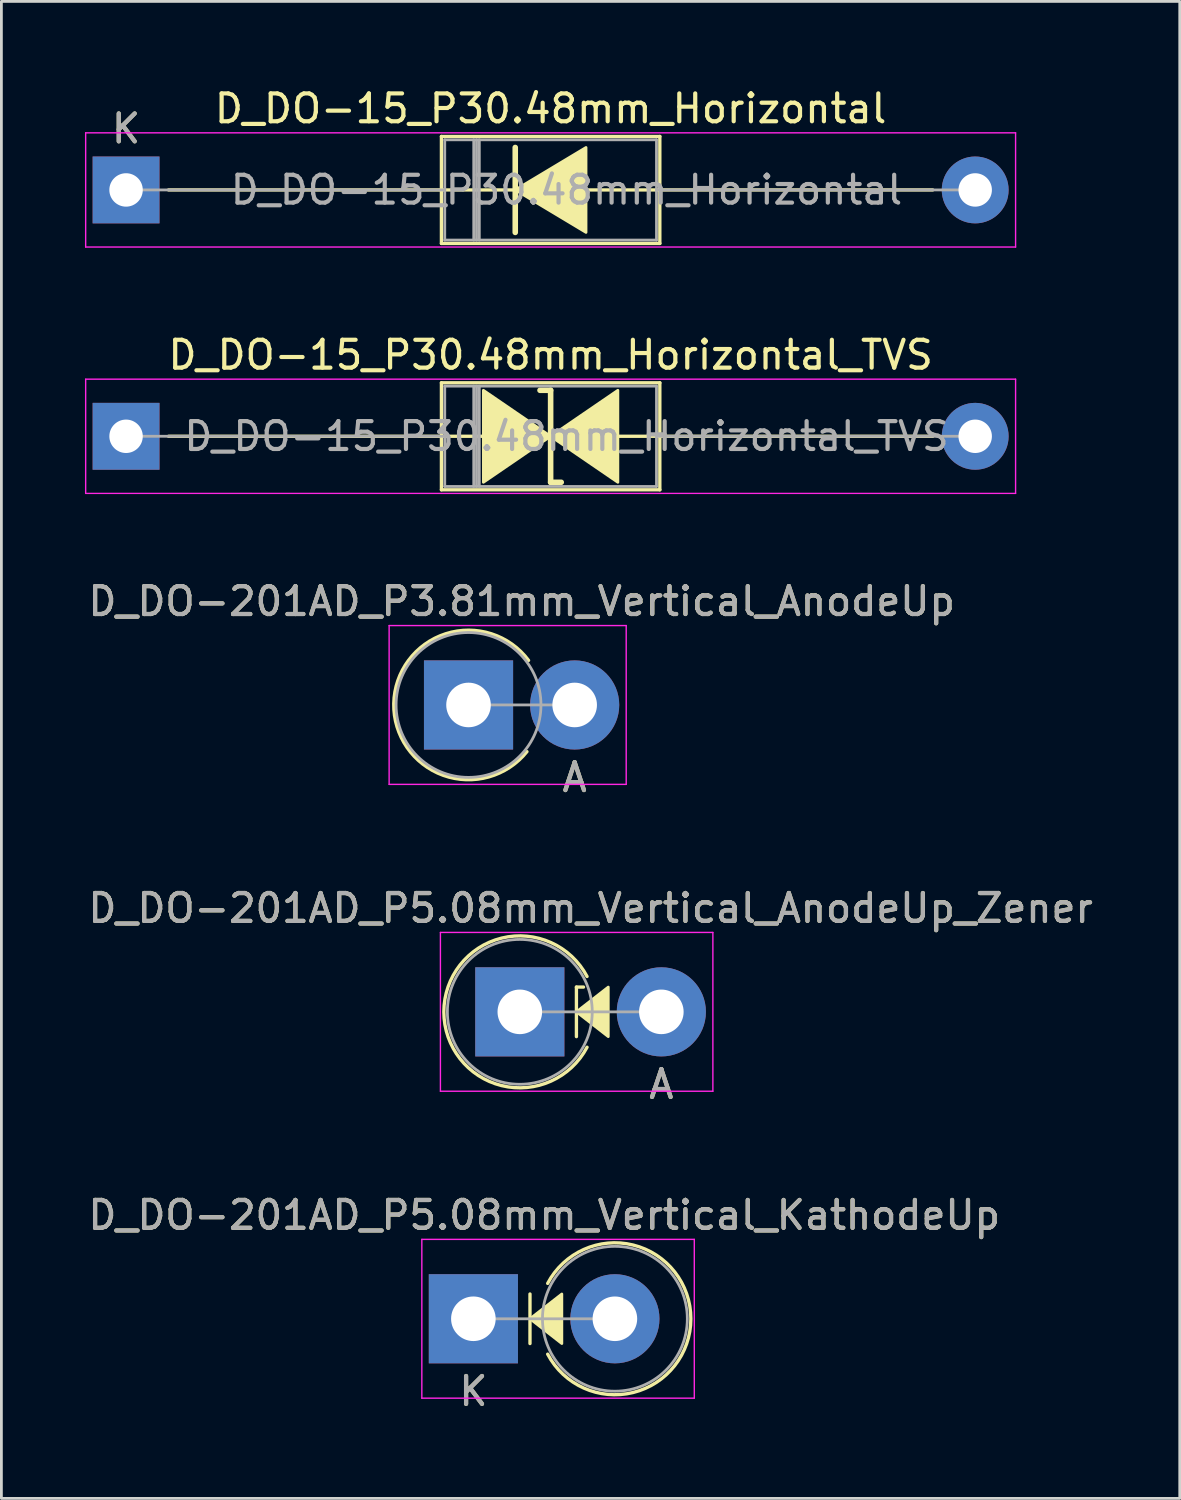
<source format=kicad_pcb>
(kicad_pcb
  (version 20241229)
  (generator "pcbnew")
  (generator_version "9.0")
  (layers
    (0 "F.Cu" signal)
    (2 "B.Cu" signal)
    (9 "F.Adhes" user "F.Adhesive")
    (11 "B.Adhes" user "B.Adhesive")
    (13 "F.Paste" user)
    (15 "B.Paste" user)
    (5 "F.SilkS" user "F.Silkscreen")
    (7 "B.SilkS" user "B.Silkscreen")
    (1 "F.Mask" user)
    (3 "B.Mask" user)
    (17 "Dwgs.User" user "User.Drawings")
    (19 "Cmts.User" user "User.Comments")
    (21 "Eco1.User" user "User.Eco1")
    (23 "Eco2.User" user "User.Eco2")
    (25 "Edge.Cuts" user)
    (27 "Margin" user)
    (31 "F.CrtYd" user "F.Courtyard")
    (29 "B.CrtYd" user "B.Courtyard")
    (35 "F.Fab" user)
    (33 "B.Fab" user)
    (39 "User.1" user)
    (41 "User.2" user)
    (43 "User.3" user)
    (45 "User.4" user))
  (footprint "D_DO-201AD_P3.81mm_Vertical_AnodeUp"
    (layer "F.Cu")
    (at 13.768 22.255)
    (property "Reference" "D_DO-201AD_P3.81mm_Vertical_AnodeUp" (at 1.905 -3.72 0) (layer "F.SilkS") (effects (font (size 1 1) (thickness 0.15))))
    (attr through_hole)
    (fp_arc (start 2.096636 1.675386) (mid -2.683382 -0.047582) (end 2.154716 -1.6) (stroke (width 0.12) (type solid)) (layer "F.SilkS"))
    (fp_line (start -2.85 -2.85) (end -2.85 2.85) (stroke (width 0.05) (type solid)) (layer "F.CrtYd"))
    (fp_line (start -2.85 2.85) (end 5.66 2.85) (stroke (width 0.05) (type solid)) (layer "F.CrtYd"))
    (fp_line (start 5.66 -2.85) (end -2.85 -2.85) (stroke (width 0.05) (type solid)) (layer "F.CrtYd"))
    (fp_line (start 5.66 2.85) (end 5.66 -2.85) (stroke (width 0.05) (type solid)) (layer "F.CrtYd"))
    (fp_line (start 0 0) (end 3.81 0) (stroke (width 0.1) (type solid)) (layer "F.Fab"))
    (fp_circle (center 0 0) (end 2.6 0) (stroke (width 0.1) (type solid)) (fill no) (layer "F.Fab"))
    (fp_text user "A" (at 3.81 2.6 0) (layer "F.SilkS") (effects (font (size 1 1) (thickness 0.15))))
    (fp_text user "${REFERENCE}" (at 1.905 -3.72 0) (layer "F.Fab") (effects (font (size 1 1) (thickness 0.15))))
    (fp_text user "A" (at 3.81 2.6 0) (layer "F.Fab") (effects (font (size 1 1) (thickness 0.15))))
    (pad "1" thru_hole rect (at 0 0) (size 3.2 3.2) (drill 1.6) (layers "*.Cu" "*.Mask"))
    (pad "2" thru_hole oval (at 3.81 0) (size 3.2 3.2) (drill 1.6) (layers "*.Cu" "*.Mask")))
  (footprint "D_DO-15_P30.48mm_Horizontal"
    (layer "F.Cu")
    (at 1.475 3.768)
    (property "Reference" "D_DO-15_P30.48mm_Horizontal" (at 15.24 -2.92 0) (layer "F.SilkS") (effects (font (size 1 1) (thickness 0.15))))
    (attr through_hole)
    (fp_line (start 1.524 0) (end 11.32 0) (stroke (width 0.12) (type solid)) (layer "F.SilkS"))
    (fp_line (start 11.32 -1.92) (end 11.32 1.92) (stroke (width 0.12) (type solid)) (layer "F.SilkS"))
    (fp_line (start 11.32 1.92) (end 19.16 1.92) (stroke (width 0.12) (type solid)) (layer "F.SilkS"))
    (fp_line (start 13.97 -1.524) (end 13.97 1.524) (stroke (width 0.2) (type solid)) (layer "F.SilkS"))
    (fp_line (start 13.97 0) (end 11.32 0) (stroke (width 0.12) (type solid)) (layer "F.SilkS"))
    (fp_line (start 19.16 -1.92) (end 11.32 -1.92) (stroke (width 0.12) (type solid)) (layer "F.SilkS"))
    (fp_line (start 19.16 0) (end 16.51 0) (stroke (width 0.12) (type solid)) (layer "F.SilkS"))
    (fp_line (start 19.16 1.92) (end 19.16 -1.92) (stroke (width 0.12) (type solid)) (layer "F.SilkS"))
    (fp_line (start 28.956 0) (end 19.16 0) (stroke (width 0.12) (type solid)) (layer "F.SilkS"))
    (fp_poly (pts (xy 16.51 1.524) (xy 13.97 0) (xy 16.51 -1.524)) (stroke (width 0.1) (type solid)) (fill yes) (layer "F.SilkS"))
    (fp_line (start -1.45 -2.05) (end -1.45 2.05) (stroke (width 0.05) (type solid)) (layer "F.CrtYd"))
    (fp_line (start -1.45 2.05) (end 31.93 2.05) (stroke (width 0.05) (type solid)) (layer "F.CrtYd"))
    (fp_line (start 31.93 -2.05) (end -1.45 -2.05) (stroke (width 0.05) (type solid)) (layer "F.CrtYd"))
    (fp_line (start 31.93 2.05) (end 31.93 -2.05) (stroke (width 0.05) (type solid)) (layer "F.CrtYd"))
    (fp_line (start 0 0) (end 11.44 0) (stroke (width 0.1) (type solid)) (layer "F.Fab"))
    (fp_line (start 11.44 -1.8) (end 11.44 1.8) (stroke (width 0.1) (type solid)) (layer "F.Fab"))
    (fp_line (start 11.44 1.8) (end 19.04 1.8) (stroke (width 0.1) (type solid)) (layer "F.Fab"))
    (fp_line (start 12.48 -1.8) (end 12.48 1.8) (stroke (width 0.1) (type solid)) (layer "F.Fab"))
    (fp_line (start 12.58 -1.8) (end 12.58 1.8) (stroke (width 0.1) (type solid)) (layer "F.Fab"))
    (fp_line (start 12.68 -1.8) (end 12.68 1.8) (stroke (width 0.1) (type solid)) (layer "F.Fab"))
    (fp_line (start 19.04 -1.8) (end 11.44 -1.8) (stroke (width 0.1) (type solid)) (layer "F.Fab"))
    (fp_line (start 19.04 1.8) (end 19.04 -1.8) (stroke (width 0.1) (type solid)) (layer "F.Fab"))
    (fp_line (start 30.48 0) (end 19.04 0) (stroke (width 0.1) (type solid)) (layer "F.Fab"))
    (fp_text user "K" (at 0 -2.2 0) (layer "F.SilkS") (effects (font (size 1 1) (thickness 0.15))))
    (fp_text user "K" (at 0 -2.2 0) (layer "F.Fab") (effects (font (size 1 1) (thickness 0.15))))
    (fp_text user "${REFERENCE}" (at 15.81 0 0) (layer "F.Fab") (effects (font (size 1 1) (thickness 0.15))))
    (pad "1" thru_hole rect (at 0 0) (size 2.4 2.4) (drill 1.2) (layers "*.Cu" "*.Mask"))
    (pad "2" thru_hole oval (at 30.48 0) (size 2.4 2.4) (drill 1.2) (layers "*.Cu" "*.Mask")))
  (footprint "D_DO-15_P30.48mm_Horizontal_TVS"
    (layer "F.Cu")
    (at 1.475 12.611)
    (property "Reference" "D_DO-15_P30.48mm_Horizontal_TVS" (at 15.24 -2.92 0) (layer "F.SilkS") (effects (font (size 1 1) (thickness 0.15))))
    (attr through_hole)
    (fp_line (start 1.524 0) (end 11.32 0) (stroke (width 0.12) (type solid)) (layer "F.SilkS"))
    (fp_line (start 11.32 -1.92) (end 11.32 1.92) (stroke (width 0.12) (type solid)) (layer "F.SilkS"))
    (fp_line (start 11.32 0) (end 12.827 0) (stroke (width 0.12) (type solid)) (layer "F.SilkS"))
    (fp_line (start 11.32 1.92) (end 19.16 1.92) (stroke (width 0.12) (type solid)) (layer "F.SilkS"))
    (fp_line (start 15.24 -1.651) (end 14.859 -1.651) (stroke (width 0.2) (type solid)) (layer "F.SilkS"))
    (fp_line (start 15.24 1.651) (end 15.24 -1.651) (stroke (width 0.2) (type solid)) (layer "F.SilkS"))
    (fp_line (start 15.621 1.651) (end 15.24 1.651) (stroke (width 0.2) (type solid)) (layer "F.SilkS"))
    (fp_line (start 19.16 -1.92) (end 11.32 -1.92) (stroke (width 0.12) (type solid)) (layer "F.SilkS"))
    (fp_line (start 19.16 1.92) (end 19.16 -1.92) (stroke (width 0.12) (type solid)) (layer "F.SilkS"))
    (fp_line (start 19.177 0) (end 17.653 0) (stroke (width 0.12) (type solid)) (layer "F.SilkS"))
    (fp_line (start 28.956 0) (end 19.16 0) (stroke (width 0.12) (type solid)) (layer "F.SilkS"))
    (fp_poly (pts (xy 15.24 0) (xy 12.827 1.651) (xy 12.827 -1.651)) (stroke (width 0.1) (type solid)) (fill yes) (layer "F.SilkS"))
    (fp_poly (pts (xy 15.24 0) (xy 17.653 -1.651) (xy 17.653 1.651)) (stroke (width 0.1) (type solid)) (fill yes) (layer "F.SilkS"))
    (fp_line (start -1.45 -2.05) (end -1.45 2.05) (stroke (width 0.05) (type solid)) (layer "F.CrtYd"))
    (fp_line (start -1.45 2.05) (end 31.93 2.05) (stroke (width 0.05) (type solid)) (layer "F.CrtYd"))
    (fp_line (start 31.93 -2.05) (end -1.45 -2.05) (stroke (width 0.05) (type solid)) (layer "F.CrtYd"))
    (fp_line (start 31.93 2.05) (end 31.93 -2.05) (stroke (width 0.05) (type solid)) (layer "F.CrtYd"))
    (fp_line (start 0 0) (end 11.44 0) (stroke (width 0.1) (type solid)) (layer "F.Fab"))
    (fp_line (start 11.44 -1.8) (end 11.44 1.8) (stroke (width 0.1) (type solid)) (layer "F.Fab"))
    (fp_line (start 11.44 1.8) (end 19.04 1.8) (stroke (width 0.1) (type solid)) (layer "F.Fab"))
    (fp_line (start 12.48 -1.8) (end 12.48 1.8) (stroke (width 0.1) (type solid)) (layer "F.Fab"))
    (fp_line (start 12.58 -1.8) (end 12.58 1.8) (stroke (width 0.1) (type solid)) (layer "F.Fab"))
    (fp_line (start 12.68 -1.8) (end 12.68 1.8) (stroke (width 0.1) (type solid)) (layer "F.Fab"))
    (fp_line (start 19.04 -1.8) (end 11.44 -1.8) (stroke (width 0.1) (type solid)) (layer "F.Fab"))
    (fp_line (start 19.04 1.8) (end 19.04 -1.8) (stroke (width 0.1) (type solid)) (layer "F.Fab"))
    (fp_line (start 30.48 0) (end 19.04 0) (stroke (width 0.1) (type solid)) (layer "F.Fab"))
    (fp_text user "${REFERENCE}" (at 15.81 0 0) (layer "F.Fab") (effects (font (size 1 1) (thickness 0.15))))
    (pad "1" thru_hole rect (at 0 0) (size 2.4 2.4) (drill 1.2) (layers "*.Cu" "*.Mask"))
    (pad "2" thru_hole oval (at 30.48 0) (size 2.4 2.4) (drill 1.2) (layers "*.Cu" "*.Mask")))
  (footprint "D_DO-201AD_P5.08mm_Vertical_AnodeUp_Zener"
    (layer "F.Cu")
    (at 15.609 33.271)
    (property "Reference" "D_DO-201AD_P5.08mm_Vertical_AnodeUp_Zener" (at 2.54 -3.72 0) (layer "F.SilkS") (effects (font (size 1 1) (thickness 0.15))))
    (attr through_hole)
    (fp_line (start 2.032 -0.889) (end 2.286 -0.889) (stroke (width 0.12) (type solid)) (layer "F.SilkS"))
    (fp_line (start 2.032 0.889) (end 2.032 -0.889) (stroke (width 0.12) (type solid)) (layer "F.SilkS"))
    (fp_arc (start 2.412999 1.27) (mid -2.726805 0) (end 2.412999 -1.269999) (stroke (width 0.12) (type solid)) (layer "F.SilkS"))
    (fp_poly (pts (xy 3.175 0.889) (xy 2.032 0) (xy 3.175 -0.889)) (stroke (width 0.1) (type solid)) (fill yes) (layer "F.SilkS"))
    (fp_line (start -2.85 -2.85) (end -2.85 2.85) (stroke (width 0.05) (type solid)) (layer "F.CrtYd"))
    (fp_line (start -2.85 2.85) (end 6.93 2.85) (stroke (width 0.05) (type solid)) (layer "F.CrtYd"))
    (fp_line (start 6.93 -2.85) (end -2.85 -2.85) (stroke (width 0.05) (type solid)) (layer "F.CrtYd"))
    (fp_line (start 6.93 2.85) (end 6.93 -2.85) (stroke (width 0.05) (type solid)) (layer "F.CrtYd"))
    (fp_line (start 0 0) (end 5.08 0) (stroke (width 0.1) (type solid)) (layer "F.Fab"))
    (fp_circle (center 0 0) (end 2.6 0) (stroke (width 0.1) (type solid)) (fill no) (layer "F.Fab"))
    (fp_text user "A" (at 5.08 2.6 0) (layer "F.SilkS") (effects (font (size 1 1) (thickness 0.15))))
    (fp_text user "${REFERENCE}" (at 2.54 -3.72 0) (layer "F.Fab") (effects (font (size 1 1) (thickness 0.15))))
    (fp_text user "A" (at 5.08 2.6 0) (layer "F.Fab") (effects (font (size 1 1) (thickness 0.15))))
    (pad "1" thru_hole rect (at 0 0) (size 3.2 3.2) (drill 1.6) (layers "*.Cu" "*.Mask"))
    (pad "2" thru_hole oval (at 5.08 0) (size 3.2 3.2) (drill 1.6) (layers "*.Cu" "*.Mask")))
  (footprint "D_DO-201AD_P5.08mm_Vertical_KathodeUp"
    (layer "F.Cu")
    (at 13.942 44.288)
    (property "Reference" "D_DO-201AD_P5.08mm_Vertical_KathodeUp" (at 2.54 -3.72 0) (layer "F.SilkS") (effects (font (size 1 1) (thickness 0.15))))
    (attr through_hole)
    (fp_line (start 2.032 0.889) (end 2.032 -0.889) (stroke (width 0.12) (type solid)) (layer "F.SilkS"))
    (fp_arc (start 2.667 -1.269999) (mid 7.806804 0.000001) (end 2.667 1.27) (stroke (width 0.12) (type solid)) (layer "F.SilkS"))
    (fp_poly (pts (xy 3.175 0.889) (xy 2.032 0) (xy 3.175 -0.889)) (stroke (width 0.1) (type solid)) (fill yes) (layer "F.SilkS"))
    (fp_line (start -1.85 -2.85) (end -1.85 2.85) (stroke (width 0.05) (type solid)) (layer "F.CrtYd"))
    (fp_line (start -1.85 2.85) (end 7.93 2.85) (stroke (width 0.05) (type solid)) (layer "F.CrtYd"))
    (fp_line (start 7.93 -2.85) (end -1.85 -2.85) (stroke (width 0.05) (type solid)) (layer "F.CrtYd"))
    (fp_line (start 7.93 2.85) (end 7.93 -2.85) (stroke (width 0.05) (type solid)) (layer "F.CrtYd"))
    (fp_line (start 0 0) (end 5.08 0) (stroke (width 0.1) (type solid)) (layer "F.Fab"))
    (fp_circle (center 5.08 0) (end 7.68 0) (stroke (width 0.1) (type solid)) (fill no) (layer "F.Fab"))
    (fp_text user "K" (at 0 2.6 0) (layer "F.SilkS") (effects (font (size 1 1) (thickness 0.15))))
    (fp_text user "K" (at 0 2.6 0) (layer "F.Fab") (effects (font (size 1 1) (thickness 0.15))))
    (fp_text user "${REFERENCE}" (at 2.54 -3.72 0) (layer "F.Fab") (effects (font (size 1 1) (thickness 0.15))))
    (pad "1" thru_hole rect (at 0 0) (size 3.2 3.2) (drill 1.6) (layers "*.Cu" "*.Mask"))
    (pad "2" thru_hole oval (at 5.08 0) (size 3.2 3.2) (drill 1.6) (layers "*.Cu" "*.Mask")))
  (gr_rect
    (start -3 -3)
    (end 39.298 50.736)
    (stroke (width 0.1) (type default))
    (fill no)
    (layer "Edge.Cuts")))
</source>
